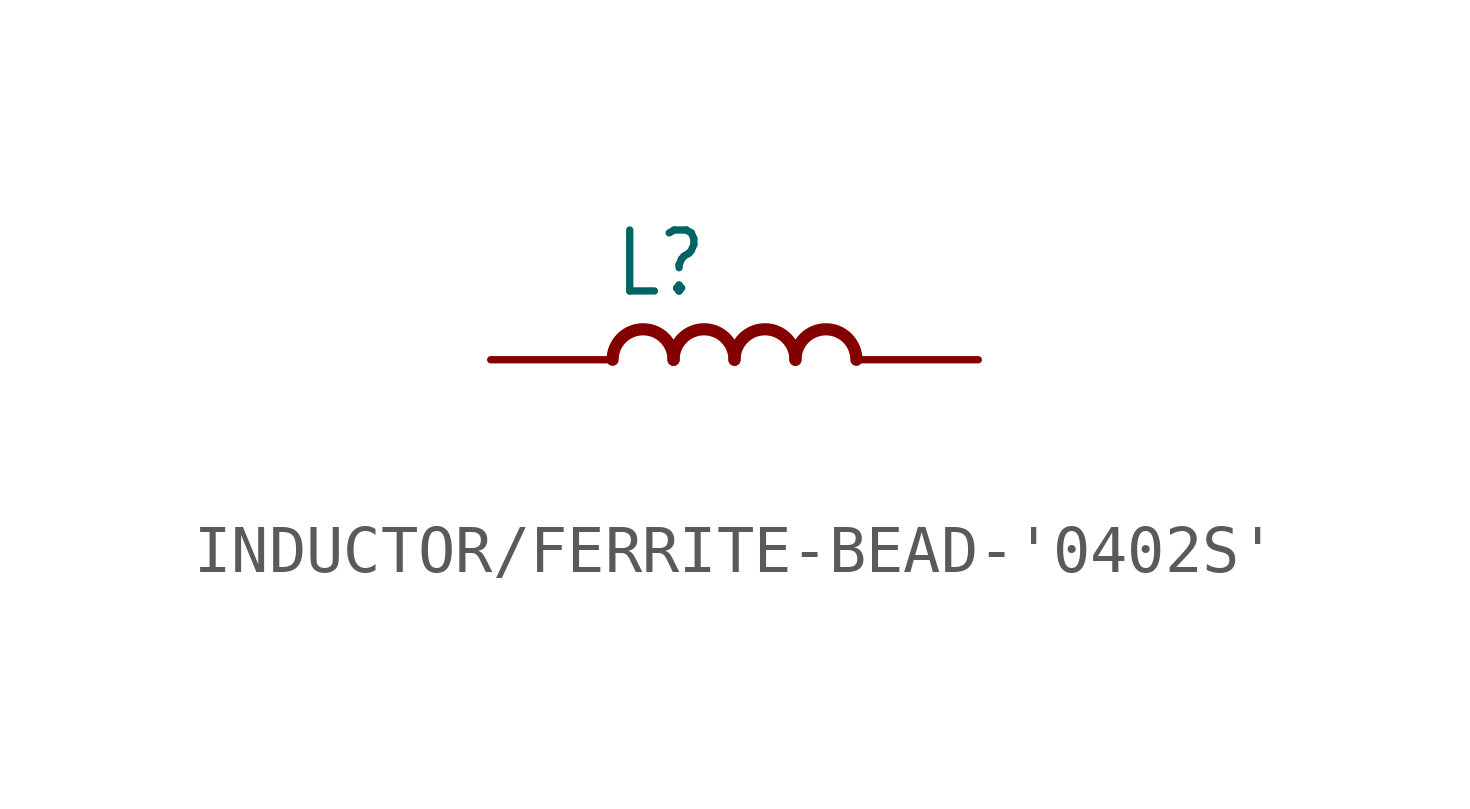
<source format=kicad_sym>
(kicad_symbol_lib
  (version 20231120)
  (generator "kicad_symbol_editor")
  (generator_version "8.0")
  (symbol "INDUCTOR/FERRITE-BEAD-'0402S'"
    (property "Reference" "L"
      (at -2.54 1.27 0)
      (effects (font (size 1.27 1.079)) (justify left bottom)))
    (property "Value" ""
      (at -2.54 -2.54 0)
      (effects (font (size 1.27 1.079)) (justify left bottom)))
    (property "ki_locked" ""
      (at 0 0 0)
      (effects (font (size 1.27 1.27))))
    (symbol "INDUCTOR/FERRITE-BEAD-'0402S'_1_0"
      (arc (start -1.27 0) (mid -1.905 0.635) (end -2.54 0) (stroke (width 0.254) (type solid)) (fill (type none)))
      (arc (start 0 0) (mid -0.635 0.635) (end -1.27 0) (stroke (width 0.254) (type solid)) (fill (type none)))
      (arc (start 1.27 0) (mid 0.635 0.635) (end 0 0) (stroke (width 0.254) (type solid)) (fill (type none)))
      (arc (start 2.54 0) (mid 1.905 0.635) (end 1.27 0) (stroke (width 0.254) (type solid)) (fill (type none)))
      (pin passive line (at -5.08 0 0) (length 2.54) (name "1" (effects (font (size 0 0)))) (number "1" (effects (font (size 0 0)))))
      (pin passive line (at 5.08 0 180) (length 2.54) (name "2" (effects (font (size 0 0)))) (number "2" (effects (font (size 0 0))))))))
</source>
